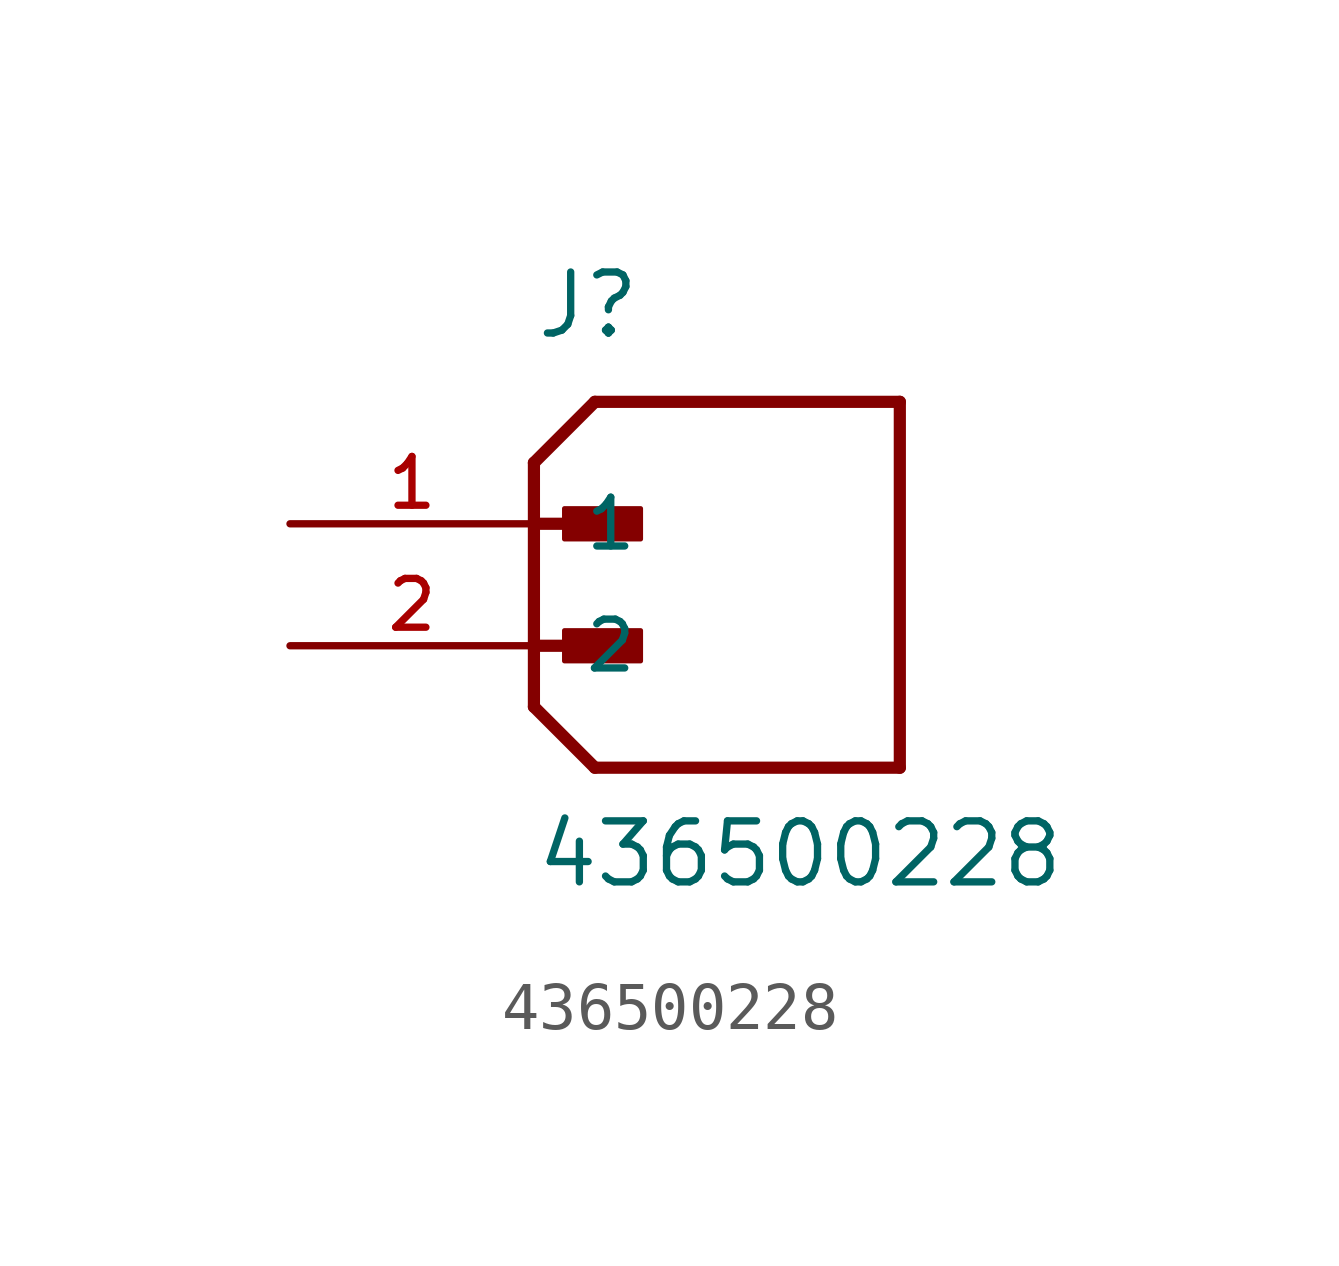
<source format=kicad_sym>
(kicad_symbol_lib
  (version 20211014)
  (generator kicad_symbol_editor)
  (symbol "436500228"
    (pin_names
      (offset 1.016))
    (property "Reference" "J"
      (at 0.0 3.81 0)
      (effects (font (size 1.27 1.27)) (justify bottom left)))
    (property "Value" "436500228"
      (at 0.0 -7.62 0)
      (effects (font (size 1.27 1.27)) (justify bottom left)))
    (symbol "436500228_0_0"
      (polyline (pts (xy 0.0 1.27) (xy 1.27 2.54)) (stroke (width 0.254)))
      (polyline (pts (xy 0.0 1.27) (xy 0.0 0.0)) (stroke (width 0.254)))
      (polyline (pts (xy 0.0 0.0) (xy 0.0 -3.81)) (stroke (width 0.254)))
      (polyline (pts (xy 0.0 -3.81) (xy 1.27 -5.08)) (stroke (width 0.254)))
      (polyline (pts (xy 1.27 -5.08) (xy 7.62 -5.08)) (stroke (width 0.254)))
      (polyline (pts (xy 7.62 -5.08) (xy 7.62 2.54)) (stroke (width 0.254)))
      (polyline (pts (xy 7.62 2.54) (xy 1.27 2.54)) (stroke (width 0.254)))
      (polyline (pts (xy 0.0 0.0) (xy 1.905 0.0)) (stroke (width 0.254)))
      (rectangle (start 0.635 -0.318) (end 2.223 0.318) (stroke (width 0.1)) (fill (type outline)))
      (polyline (pts (xy 0.0 -2.54) (xy 1.905 -2.54)) (stroke (width 0.254)))
      (rectangle (start 0.635 -2.857) (end 2.223 -2.223) (stroke (width 0.1)) (fill (type outline)))
      (pin passive line (at -5.08 0.0 0) (length 5.08) (name "1" (effects (font (size 1.016 1.016)))) (number "1" (effects (font (size 1.016 1.016)))))
      (pin passive line (at -5.08 -2.54 0) (length 5.08) (name "2" (effects (font (size 1.016 1.016)))) (number "2" (effects (font (size 1.016 1.016))))))))
</source>
